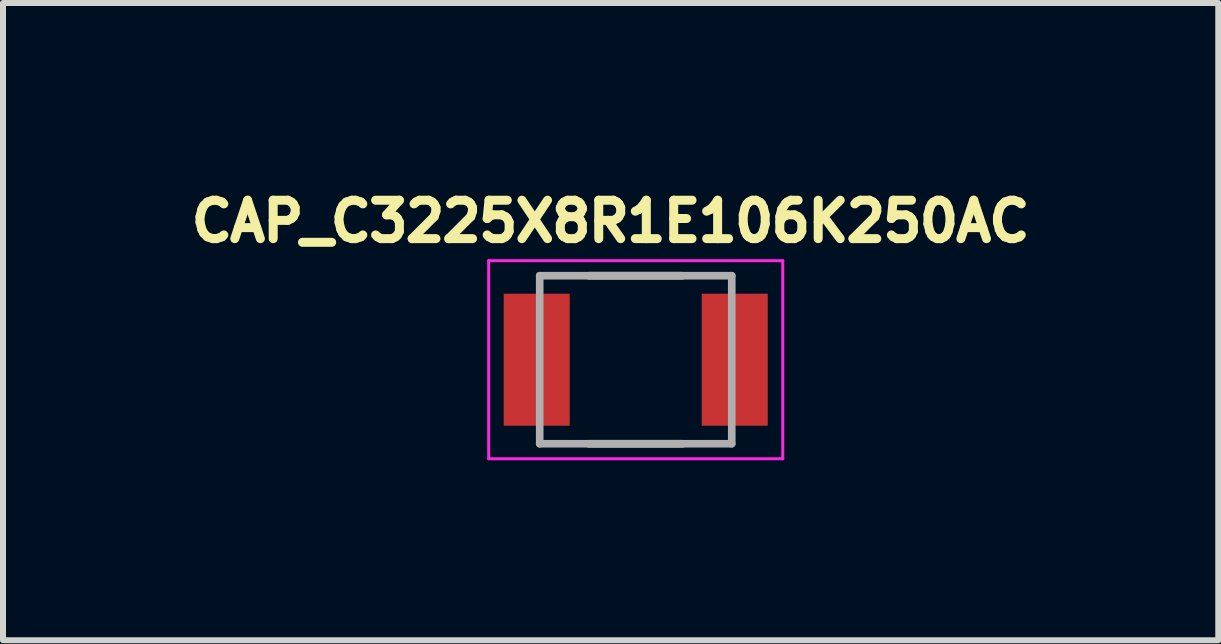
<source format=kicad_pcb>
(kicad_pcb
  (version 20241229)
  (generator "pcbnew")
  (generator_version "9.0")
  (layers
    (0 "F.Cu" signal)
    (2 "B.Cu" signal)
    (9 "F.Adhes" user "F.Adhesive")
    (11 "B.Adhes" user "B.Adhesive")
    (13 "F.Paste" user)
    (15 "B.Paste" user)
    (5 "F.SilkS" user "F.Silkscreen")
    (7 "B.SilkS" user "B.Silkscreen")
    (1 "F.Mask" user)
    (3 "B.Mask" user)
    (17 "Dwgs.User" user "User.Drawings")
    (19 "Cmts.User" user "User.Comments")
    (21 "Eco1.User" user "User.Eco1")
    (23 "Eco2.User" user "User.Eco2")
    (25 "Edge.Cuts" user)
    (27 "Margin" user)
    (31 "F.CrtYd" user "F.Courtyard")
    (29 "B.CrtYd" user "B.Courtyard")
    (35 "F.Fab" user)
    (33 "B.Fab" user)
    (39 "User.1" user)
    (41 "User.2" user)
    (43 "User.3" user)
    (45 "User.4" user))
  (footprint "CAP_C3225X8R1E106K250AC"
    (layer "F.Cu")
    (at 7.543 2.944)
    (property "Reference" "CAP_C3225X8R1E106K250AC" (at -0.418 -2.306 0) (layer "F.SilkS") (effects (font (size 0.64 0.64) (thickness 0.15))))
    (attr smd)
    (fp_line (start -0.78 -1.4) (end 0.78 -1.4) (stroke (width 0.127) (type solid)) (layer "F.SilkS"))
    (fp_line (start -0.78 1.4) (end 0.78 1.4) (stroke (width 0.127) (type solid)) (layer "F.SilkS"))
    (fp_line (start -2.45 -1.65) (end -2.45 1.65) (stroke (width 0.05) (type solid)) (layer "F.CrtYd"))
    (fp_line (start -2.45 1.65) (end 2.45 1.65) (stroke (width 0.05) (type solid)) (layer "F.CrtYd"))
    (fp_line (start 2.45 -1.65) (end -2.45 -1.65) (stroke (width 0.05) (type solid)) (layer "F.CrtYd"))
    (fp_line (start 2.45 1.65) (end 2.45 -1.65) (stroke (width 0.05) (type solid)) (layer "F.CrtYd"))
    (fp_line (start -1.6 -1.4) (end -1.6 1.4) (stroke (width 0.127) (type solid)) (layer "F.Fab"))
    (fp_line (start -1.6 -1.4) (end 1.6 -1.4) (stroke (width 0.127) (type solid)) (layer "F.Fab"))
    (fp_line (start -1.6 1.4) (end 1.6 1.4) (stroke (width 0.127) (type solid)) (layer "F.Fab"))
    (fp_line (start 1.6 -1.4) (end 1.6 1.4) (stroke (width 0.127) (type solid)) (layer "F.Fab"))
    (pad "1" smd rect (at -1.65 0) (size 1.1 2.2) (layers "F.Cu" "F.Mask" "F.Paste"))
    (pad "2" smd rect (at 1.65 0) (size 1.1 2.2) (layers "F.Cu" "F.Mask" "F.Paste")))
  (gr_rect
    (start -3 -3)
    (end 17.25 7.619)
    (stroke (width 0.1) (type default))
    (fill no)
    (layer "Edge.Cuts")))
</source>
